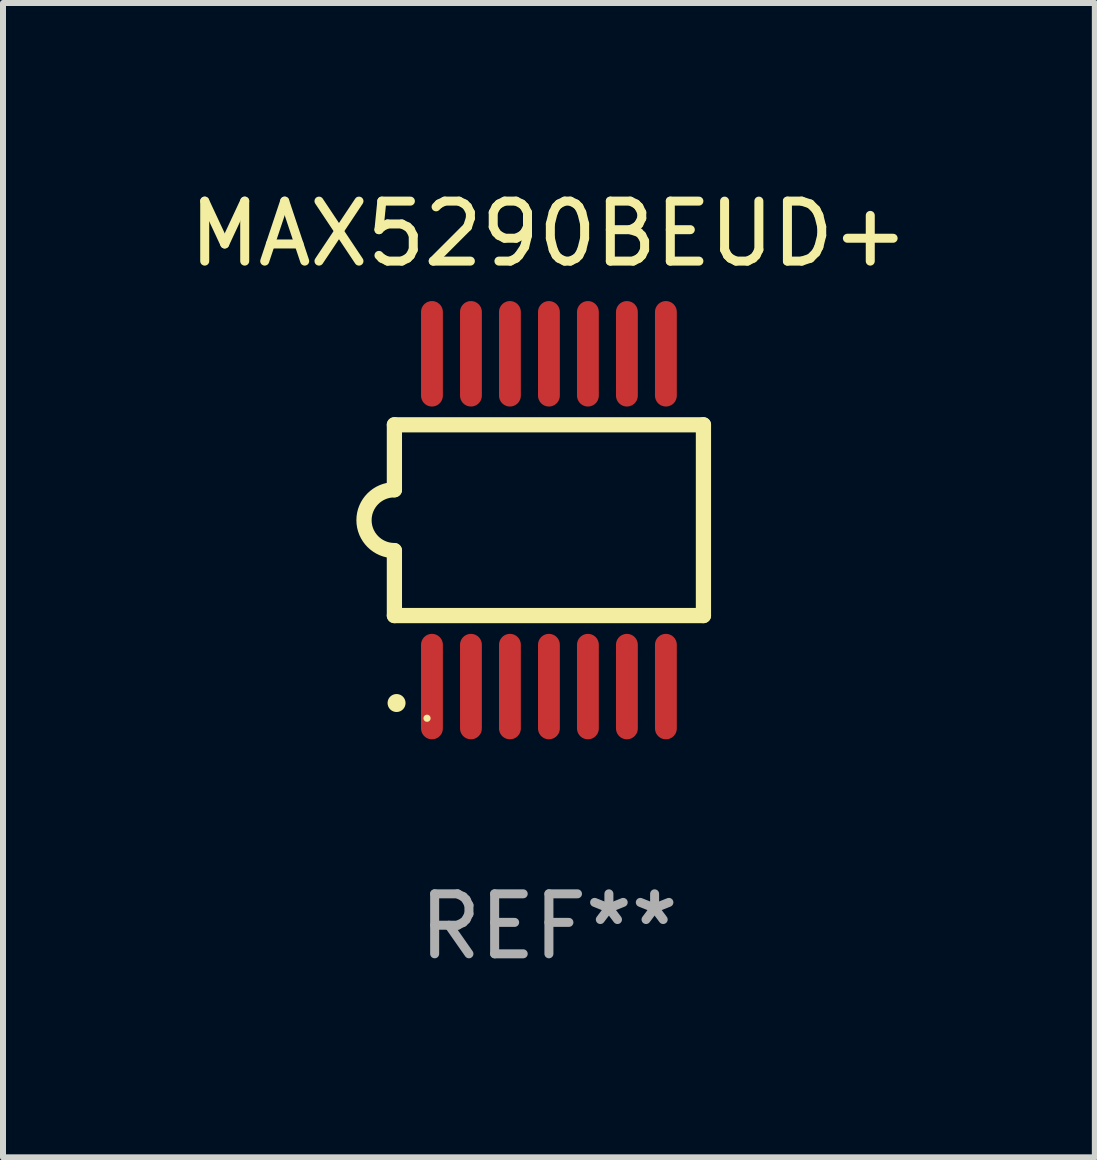
<source format=kicad_pcb>
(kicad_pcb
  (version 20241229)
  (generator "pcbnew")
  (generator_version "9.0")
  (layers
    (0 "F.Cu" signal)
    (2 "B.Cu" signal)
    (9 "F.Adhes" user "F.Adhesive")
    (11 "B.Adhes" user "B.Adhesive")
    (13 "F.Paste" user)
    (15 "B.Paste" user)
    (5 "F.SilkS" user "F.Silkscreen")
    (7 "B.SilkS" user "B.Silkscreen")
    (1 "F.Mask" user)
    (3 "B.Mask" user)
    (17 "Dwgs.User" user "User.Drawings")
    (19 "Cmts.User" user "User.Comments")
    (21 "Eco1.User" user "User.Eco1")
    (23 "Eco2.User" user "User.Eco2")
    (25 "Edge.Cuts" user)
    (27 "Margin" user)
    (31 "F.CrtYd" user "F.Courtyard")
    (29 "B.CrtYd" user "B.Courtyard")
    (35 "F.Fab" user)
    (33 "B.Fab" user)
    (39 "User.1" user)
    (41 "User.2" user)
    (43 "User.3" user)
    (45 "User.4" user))
  (footprint "MAX5290BEUD+"
    (layer "F.Cu")
    (at 6.101 5.622)
    (property "Reference" "MAX5290BEUD+" (at 0 -4.774 0) (layer "F.SilkS") (effects (font (size 1 1) (thickness 0.15))))
    (attr through_hole)
    (fp_line (start -2.576 -1.59) (end -2.576 -0.508) (stroke (width 0.254) (type solid)) (layer "F.SilkS"))
    (fp_line (start -2.576 -1.59) (end 2.576 -1.59) (stroke (width 0.254) (type solid)) (layer "F.SilkS"))
    (fp_line (start -2.576 1.59) (end -2.576 0.508) (stroke (width 0.254) (type solid)) (layer "F.SilkS"))
    (fp_line (start 2.576 -1.59) (end 2.576 1.59) (stroke (width 0.254) (type solid)) (layer "F.SilkS"))
    (fp_line (start 2.576 1.59) (end -2.576 1.59) (stroke (width 0.254) (type solid)) (layer "F.SilkS"))
    (fp_arc (start -2.576099 0.506706) (mid -3.081511 0) (end -2.576098 -0.506706) (stroke (width 0.254001) (type solid)) (layer "F.SilkS"))
    (fp_circle (center -2.54 3.048) (end -2.465 3.048) (stroke (width 0.15) (type solid)) (fill no) (layer "F.SilkS"))
    (fp_circle (center -2.032 3.302) (end -2.002 3.302) (stroke (width 0.06) (type solid)) (fill no) (layer "F.SilkS"))
    (fp_text user "REF**" (at 0 6.774 0) (layer "F.Fab") (effects (font (size 1 1) (thickness 0.15))))
    (pad "1" smd oval (at -1.95 2.774) (size 0.364 1.758) (layers "F.Cu" "F.Mask" "F.Paste"))
    (pad "2" smd oval (at -1.3 2.774) (size 0.364 1.758) (layers "F.Cu" "F.Mask" "F.Paste"))
    (pad "3" smd oval (at -0.65 2.774) (size 0.364 1.758) (layers "F.Cu" "F.Mask" "F.Paste"))
    (pad "4" smd oval (at 0 2.774) (size 0.364 1.758) (layers "F.Cu" "F.Mask" "F.Paste"))
    (pad "5" smd oval (at 0.65 2.774) (size 0.364 1.758) (layers "F.Cu" "F.Mask" "F.Paste"))
    (pad "6" smd oval (at 1.3 2.774) (size 0.364 1.758) (layers "F.Cu" "F.Mask" "F.Paste"))
    (pad "7" smd oval (at 1.95 2.774) (size 0.364 1.758) (layers "F.Cu" "F.Mask" "F.Paste"))
    (pad "8" smd oval (at 1.95 -2.774) (size 0.364 1.758) (layers "F.Cu" "F.Mask" "F.Paste"))
    (pad "9" smd oval (at 1.3 -2.774) (size 0.364 1.758) (layers "F.Cu" "F.Mask" "F.Paste"))
    (pad "10" smd oval (at 0.65 -2.774) (size 0.364 1.758) (layers "F.Cu" "F.Mask" "F.Paste"))
    (pad "11" smd oval (at 0 -2.774) (size 0.364 1.758) (layers "F.Cu" "F.Mask" "F.Paste"))
    (pad "12" smd oval (at -0.65 -2.774) (size 0.364 1.758) (layers "F.Cu" "F.Mask" "F.Paste"))
    (pad "13" smd oval (at -1.3 -2.774) (size 0.364 1.758) (layers "F.Cu" "F.Mask" "F.Paste"))
    (pad "14" smd oval (at -1.95 -2.774) (size 0.364 1.758) (layers "F.Cu" "F.Mask" "F.Paste")))
  (gr_rect
    (start -3 -3)
    (end 15.202 16.244)
    (stroke (width 0.1) (type default))
    (fill no)
    (layer "Edge.Cuts")))
</source>
